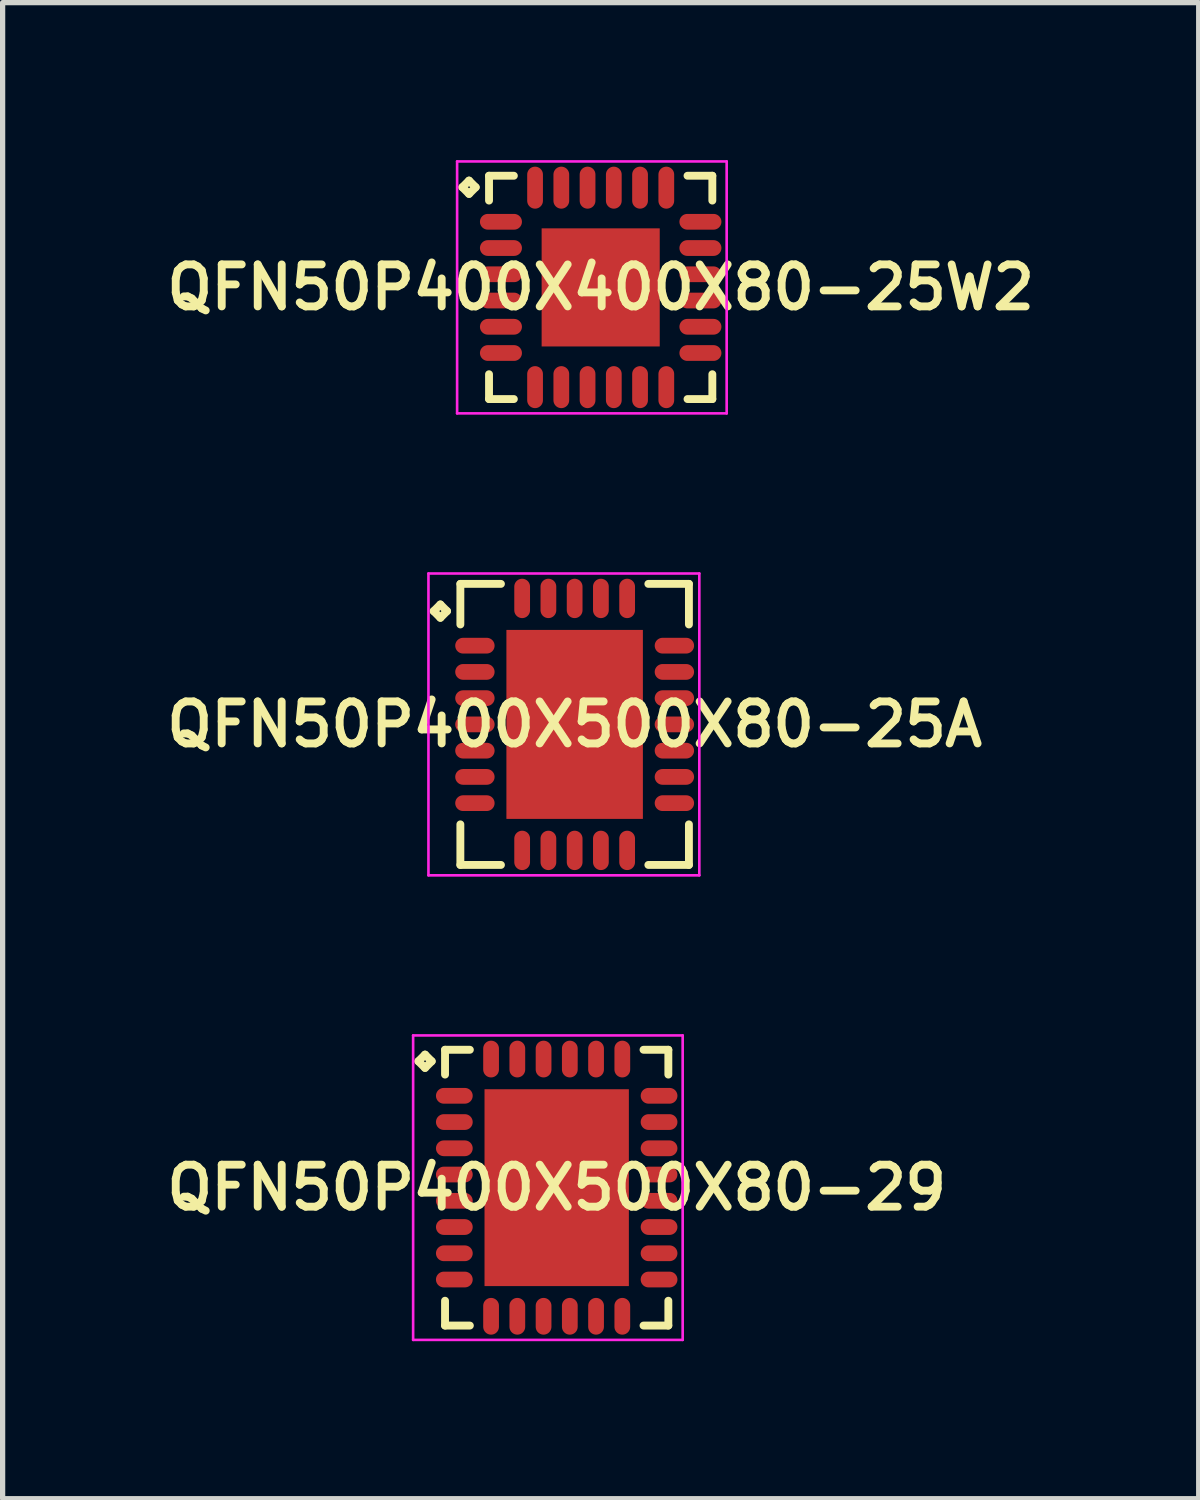
<source format=kicad_pcb>
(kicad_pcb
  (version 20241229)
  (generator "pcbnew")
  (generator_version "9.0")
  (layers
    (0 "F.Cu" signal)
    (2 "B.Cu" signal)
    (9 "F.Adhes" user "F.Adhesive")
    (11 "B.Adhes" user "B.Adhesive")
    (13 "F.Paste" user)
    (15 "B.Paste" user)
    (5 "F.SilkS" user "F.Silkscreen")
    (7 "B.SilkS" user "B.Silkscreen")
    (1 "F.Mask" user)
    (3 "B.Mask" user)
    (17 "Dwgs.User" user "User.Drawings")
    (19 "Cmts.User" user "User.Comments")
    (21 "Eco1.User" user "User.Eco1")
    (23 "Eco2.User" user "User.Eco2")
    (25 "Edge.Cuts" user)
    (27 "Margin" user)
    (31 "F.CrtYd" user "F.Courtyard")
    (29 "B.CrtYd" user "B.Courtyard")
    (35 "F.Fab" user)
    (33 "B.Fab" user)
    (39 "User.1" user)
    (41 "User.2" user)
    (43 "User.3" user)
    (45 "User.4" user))
  (footprint "QFN50P400X500X80-29"
    (layer "F.Cu")
    (at 7.555 19.575)
    (property "Reference" "QFN50P400X500X80-29" (at 0 0 0) (layer "F.SilkS") (effects (font (size 0.8 0.8) (thickness 0.15))))
    (attr smd)
    (fp_line (start -2.635 -2.408) (end -2.508 -2.535) (stroke (width 0.15) (type solid)) (layer "F.SilkS"))
    (fp_line (start -2.508 -2.535) (end -2.381 -2.408) (stroke (width 0.15) (type solid)) (layer "F.SilkS"))
    (fp_line (start -2.508 -2.281) (end -2.635 -2.408) (stroke (width 0.15) (type solid)) (layer "F.SilkS"))
    (fp_line (start -2.381 -2.408) (end -2.508 -2.281) (stroke (width 0.15) (type solid)) (layer "F.SilkS"))
    (fp_line (start -2.127 -2.627) (end -1.654 -2.627) (stroke (width 0.15) (type solid)) (layer "F.SilkS"))
    (fp_line (start -2.127 -2.154) (end -2.127 -2.627) (stroke (width 0.15) (type solid)) (layer "F.SilkS"))
    (fp_line (start -2.127 2.154) (end -2.127 2.627) (stroke (width 0.15) (type solid)) (layer "F.SilkS"))
    (fp_line (start -2.127 2.627) (end -1.654 2.627) (stroke (width 0.15) (type solid)) (layer "F.SilkS"))
    (fp_line (start 1.654 -2.627) (end 2.127 -2.627) (stroke (width 0.15) (type solid)) (layer "F.SilkS"))
    (fp_line (start 1.654 2.627) (end 2.127 2.627) (stroke (width 0.15) (type solid)) (layer "F.SilkS"))
    (fp_line (start 2.127 -2.627) (end 2.127 -2.154) (stroke (width 0.15) (type solid)) (layer "F.SilkS"))
    (fp_line (start 2.127 2.627) (end 2.127 2.154) (stroke (width 0.15) (type solid)) (layer "F.SilkS"))
    (fp_line (start -2.735 -2.9) (end 2.4 -2.9) (stroke (width 0.05) (type solid)) (layer "F.CrtYd"))
    (fp_line (start -2.735 2.9) (end -2.735 -2.9) (stroke (width 0.05) (type solid)) (layer "F.CrtYd"))
    (fp_line (start 2.4 -2.9) (end 2.4 2.9) (stroke (width 0.05) (type solid)) (layer "F.CrtYd"))
    (fp_line (start 2.4 2.9) (end -2.735 2.9) (stroke (width 0.05) (type solid)) (layer "F.CrtYd"))
    (pad "1" smd oval (at -1.95 -1.75) (size 0.7 0.3) (layers "F.Cu" "F.Mask" "F.Paste"))
    (pad "2" smd oval (at -1.95 -1.25) (size 0.7 0.3) (layers "F.Cu" "F.Mask" "F.Paste"))
    (pad "3" smd oval (at -1.95 -0.75) (size 0.7 0.3) (layers "F.Cu" "F.Mask" "F.Paste"))
    (pad "4" smd oval (at -1.95 -0.25) (size 0.7 0.3) (layers "F.Cu" "F.Mask" "F.Paste"))
    (pad "5" smd oval (at -1.95 0.25) (size 0.7 0.3) (layers "F.Cu" "F.Mask" "F.Paste"))
    (pad "6" smd oval (at -1.95 0.75) (size 0.7 0.3) (layers "F.Cu" "F.Mask" "F.Paste"))
    (pad "7" smd oval (at -1.95 1.25) (size 0.7 0.3) (layers "F.Cu" "F.Mask" "F.Paste"))
    (pad "8" smd oval (at -1.95 1.75) (size 0.7 0.3) (layers "F.Cu" "F.Mask" "F.Paste"))
    (pad "9" smd oval (at -1.25 2.45) (size 0.3 0.7) (layers "F.Cu" "F.Mask" "F.Paste"))
    (pad "10" smd oval (at -0.75 2.45) (size 0.3 0.7) (layers "F.Cu" "F.Mask" "F.Paste"))
    (pad "11" smd oval (at -0.25 2.45) (size 0.3 0.7) (layers "F.Cu" "F.Mask" "F.Paste"))
    (pad "12" smd oval (at 0.25 2.45) (size 0.3 0.7) (layers "F.Cu" "F.Mask" "F.Paste"))
    (pad "13" smd oval (at 0.75 2.45) (size 0.3 0.7) (layers "F.Cu" "F.Mask" "F.Paste"))
    (pad "14" smd oval (at 1.25 2.45) (size 0.3 0.7) (layers "F.Cu" "F.Mask" "F.Paste"))
    (pad "15" smd oval (at 1.95 1.75) (size 0.7 0.3) (layers "F.Cu" "F.Mask" "F.Paste"))
    (pad "16" smd oval (at 1.95 1.25) (size 0.7 0.3) (layers "F.Cu" "F.Mask" "F.Paste"))
    (pad "17" smd oval (at 1.95 0.75) (size 0.7 0.3) (layers "F.Cu" "F.Mask" "F.Paste"))
    (pad "18" smd oval (at 1.95 0.25) (size 0.7 0.3) (layers "F.Cu" "F.Mask" "F.Paste"))
    (pad "19" smd oval (at 1.95 -0.25) (size 0.7 0.3) (layers "F.Cu" "F.Mask" "F.Paste"))
    (pad "20" smd oval (at 1.95 -0.75) (size 0.7 0.3) (layers "F.Cu" "F.Mask" "F.Paste"))
    (pad "21" smd oval (at 1.95 -1.25) (size 0.7 0.3) (layers "F.Cu" "F.Mask" "F.Paste"))
    (pad "22" smd oval (at 1.95 -1.75) (size 0.7 0.3) (layers "F.Cu" "F.Mask" "F.Paste"))
    (pad "23" smd oval (at 1.25 -2.45) (size 0.3 0.7) (layers "F.Cu" "F.Mask" "F.Paste"))
    (pad "24" smd oval (at 0.75 -2.45) (size 0.3 0.7) (layers "F.Cu" "F.Mask" "F.Paste"))
    (pad "25" smd oval (at 0.25 -2.45) (size 0.3 0.7) (layers "F.Cu" "F.Mask" "F.Paste"))
    (pad "26" smd oval (at -0.25 -2.45) (size 0.3 0.7) (layers "F.Cu" "F.Mask" "F.Paste"))
    (pad "27" smd oval (at -0.75 -2.45) (size 0.3 0.7) (layers "F.Cu" "F.Mask" "F.Paste"))
    (pad "28" smd oval (at -1.25 -2.45) (size 0.3 0.7) (layers "F.Cu" "F.Mask" "F.Paste"))
    (pad "29" smd rect (at 0 0) (size 2.75 3.75) (layers "F.Cu" "F.Mask" "F.Paste")))
  (footprint "QFN50P400X400X80-25W2"
    (layer "F.Cu")
    (at 8.393 2.425)
    (property "Reference" "QFN50P400X400X80-25W2" (at 0 0 0) (layer "F.SilkS") (effects (font (size 0.8 0.8) (thickness 0.15))))
    (attr smd)
    (fp_line (start -2.635 -1.908) (end -2.508 -2.035) (stroke (width 0.15) (type solid)) (layer "F.SilkS"))
    (fp_line (start -2.508 -2.035) (end -2.381 -1.908) (stroke (width 0.15) (type solid)) (layer "F.SilkS"))
    (fp_line (start -2.508 -1.781) (end -2.635 -1.908) (stroke (width 0.15) (type solid)) (layer "F.SilkS"))
    (fp_line (start -2.381 -1.908) (end -2.508 -1.781) (stroke (width 0.15) (type solid)) (layer "F.SilkS"))
    (fp_line (start -2.127 -2.127) (end -1.654 -2.127) (stroke (width 0.15) (type solid)) (layer "F.SilkS"))
    (fp_line (start -2.127 -1.654) (end -2.127 -2.127) (stroke (width 0.15) (type solid)) (layer "F.SilkS"))
    (fp_line (start -2.127 1.654) (end -2.127 2.127) (stroke (width 0.15) (type solid)) (layer "F.SilkS"))
    (fp_line (start -2.127 2.127) (end -1.654 2.127) (stroke (width 0.15) (type solid)) (layer "F.SilkS"))
    (fp_line (start 1.654 -2.127) (end 2.127 -2.127) (stroke (width 0.15) (type solid)) (layer "F.SilkS"))
    (fp_line (start 1.654 2.127) (end 2.127 2.127) (stroke (width 0.15) (type solid)) (layer "F.SilkS"))
    (fp_line (start 2.127 -2.127) (end 2.127 -1.654) (stroke (width 0.15) (type solid)) (layer "F.SilkS"))
    (fp_line (start 2.127 2.127) (end 2.127 1.654) (stroke (width 0.15) (type solid)) (layer "F.SilkS"))
    (fp_line (start -2.735 -2.4) (end 2.4 -2.4) (stroke (width 0.05) (type solid)) (layer "F.CrtYd"))
    (fp_line (start -2.735 2.4) (end -2.735 -2.4) (stroke (width 0.05) (type solid)) (layer "F.CrtYd"))
    (fp_line (start 2.4 -2.4) (end 2.4 2.4) (stroke (width 0.05) (type solid)) (layer "F.CrtYd"))
    (fp_line (start 2.4 2.4) (end -2.735 2.4) (stroke (width 0.05) (type solid)) (layer "F.CrtYd"))
    (pad "1" smd oval (at -1.9 -1.25) (size 0.8 0.3) (layers "F.Cu" "F.Mask" "F.Paste"))
    (pad "2" smd oval (at -1.9 -0.75) (size 0.8 0.3) (layers "F.Cu" "F.Mask" "F.Paste"))
    (pad "3" smd oval (at -1.9 -0.25) (size 0.8 0.3) (layers "F.Cu" "F.Mask" "F.Paste"))
    (pad "4" smd oval (at -1.9 0.25) (size 0.8 0.3) (layers "F.Cu" "F.Mask" "F.Paste"))
    (pad "5" smd oval (at -1.9 0.75) (size 0.8 0.3) (layers "F.Cu" "F.Mask" "F.Paste"))
    (pad "6" smd oval (at -1.9 1.25) (size 0.8 0.3) (layers "F.Cu" "F.Mask" "F.Paste"))
    (pad "7" smd oval (at -1.25 1.9) (size 0.3 0.8) (layers "F.Cu" "F.Mask" "F.Paste"))
    (pad "8" smd oval (at -0.75 1.9) (size 0.3 0.8) (layers "F.Cu" "F.Mask" "F.Paste"))
    (pad "9" smd oval (at -0.25 1.9) (size 0.3 0.8) (layers "F.Cu" "F.Mask" "F.Paste"))
    (pad "10" smd oval (at 0.25 1.9) (size 0.3 0.8) (layers "F.Cu" "F.Mask" "F.Paste"))
    (pad "11" smd oval (at 0.75 1.9) (size 0.3 0.8) (layers "F.Cu" "F.Mask" "F.Paste"))
    (pad "12" smd oval (at 1.25 1.9) (size 0.3 0.8) (layers "F.Cu" "F.Mask" "F.Paste"))
    (pad "13" smd oval (at 1.9 1.25) (size 0.8 0.3) (layers "F.Cu" "F.Mask" "F.Paste"))
    (pad "14" smd oval (at 1.9 0.75) (size 0.8 0.3) (layers "F.Cu" "F.Mask" "F.Paste"))
    (pad "15" smd oval (at 1.9 0.25) (size 0.8 0.3) (layers "F.Cu" "F.Mask" "F.Paste"))
    (pad "16" smd oval (at 1.9 -0.25) (size 0.8 0.3) (layers "F.Cu" "F.Mask" "F.Paste"))
    (pad "17" smd oval (at 1.9 -0.75) (size 0.8 0.3) (layers "F.Cu" "F.Mask" "F.Paste"))
    (pad "18" smd oval (at 1.9 -1.25) (size 0.8 0.3) (layers "F.Cu" "F.Mask" "F.Paste"))
    (pad "19" smd oval (at 1.25 -1.9) (size 0.3 0.8) (layers "F.Cu" "F.Mask" "F.Paste"))
    (pad "20" smd oval (at 0.75 -1.9) (size 0.3 0.8) (layers "F.Cu" "F.Mask" "F.Paste"))
    (pad "21" smd oval (at 0.25 -1.9) (size 0.3 0.8) (layers "F.Cu" "F.Mask" "F.Paste"))
    (pad "22" smd oval (at -0.25 -1.9) (size 0.3 0.8) (layers "F.Cu" "F.Mask" "F.Paste"))
    (pad "23" smd oval (at -0.75 -1.9) (size 0.3 0.8) (layers "F.Cu" "F.Mask" "F.Paste"))
    (pad "24" smd oval (at -1.25 -1.9) (size 0.3 0.8) (layers "F.Cu" "F.Mask" "F.Paste"))
    (pad "25" smd rect (at 0 0) (size 2.25 2.25) (layers "F.Cu" "F.Mask" "F.Paste")))
  (footprint "QFN50P400X500X80-25A"
    (layer "F.Cu")
    (at 7.897 10.75)
    (property "Reference" "QFN50P400X500X80-25A" (at 0 0 0) (layer "F.SilkS") (effects (font (size 0.8 0.8) (thickness 0.15))))
    (attr smd)
    (fp_line (start -2.685 -2.158) (end -2.558 -2.285) (stroke (width 0.15) (type solid)) (layer "F.SilkS"))
    (fp_line (start -2.558 -2.285) (end -2.431 -2.158) (stroke (width 0.15) (type solid)) (layer "F.SilkS"))
    (fp_line (start -2.558 -2.031) (end -2.685 -2.158) (stroke (width 0.15) (type solid)) (layer "F.SilkS"))
    (fp_line (start -2.431 -2.158) (end -2.558 -2.031) (stroke (width 0.15) (type solid)) (layer "F.SilkS"))
    (fp_line (start -2.177 -2.677) (end -1.404 -2.677) (stroke (width 0.15) (type solid)) (layer "F.SilkS"))
    (fp_line (start -2.177 -1.904) (end -2.177 -2.677) (stroke (width 0.15) (type solid)) (layer "F.SilkS"))
    (fp_line (start -2.177 1.904) (end -2.177 2.677) (stroke (width 0.15) (type solid)) (layer "F.SilkS"))
    (fp_line (start -2.177 2.677) (end -1.404 2.677) (stroke (width 0.15) (type solid)) (layer "F.SilkS"))
    (fp_line (start 1.404 -2.677) (end 2.177 -2.677) (stroke (width 0.15) (type solid)) (layer "F.SilkS"))
    (fp_line (start 1.404 2.677) (end 2.177 2.677) (stroke (width 0.15) (type solid)) (layer "F.SilkS"))
    (fp_line (start 2.177 -2.677) (end 2.177 -1.904) (stroke (width 0.15) (type solid)) (layer "F.SilkS"))
    (fp_line (start 2.177 2.677) (end 2.177 1.904) (stroke (width 0.15) (type solid)) (layer "F.SilkS"))
    (fp_line (start -2.785 -2.875) (end 2.375 -2.875) (stroke (width 0.05) (type solid)) (layer "F.CrtYd"))
    (fp_line (start -2.785 2.875) (end -2.785 -2.875) (stroke (width 0.05) (type solid)) (layer "F.CrtYd"))
    (fp_line (start 2.375 -2.875) (end 2.375 2.875) (stroke (width 0.05) (type solid)) (layer "F.CrtYd"))
    (fp_line (start 2.375 2.875) (end -2.785 2.875) (stroke (width 0.05) (type solid)) (layer "F.CrtYd"))
    (pad "1" smd oval (at -1.9 -1.5) (size 0.75 0.3) (layers "F.Cu" "F.Mask" "F.Paste"))
    (pad "2" smd oval (at -1.9 -1) (size 0.75 0.3) (layers "F.Cu" "F.Mask" "F.Paste"))
    (pad "3" smd oval (at -1.9 -0.5) (size 0.75 0.3) (layers "F.Cu" "F.Mask" "F.Paste"))
    (pad "4" smd oval (at -1.9 0) (size 0.75 0.3) (layers "F.Cu" "F.Mask" "F.Paste"))
    (pad "5" smd oval (at -1.9 0.5) (size 0.75 0.3) (layers "F.Cu" "F.Mask" "F.Paste"))
    (pad "6" smd oval (at -1.9 1) (size 0.75 0.3) (layers "F.Cu" "F.Mask" "F.Paste"))
    (pad "7" smd oval (at -1.9 1.5) (size 0.75 0.3) (layers "F.Cu" "F.Mask" "F.Paste"))
    (pad "8" smd oval (at -1 2.4) (size 0.3 0.75) (layers "F.Cu" "F.Mask" "F.Paste"))
    (pad "9" smd oval (at -0.5 2.4) (size 0.3 0.75) (layers "F.Cu" "F.Mask" "F.Paste"))
    (pad "10" smd oval (at 0 2.4) (size 0.3 0.75) (layers "F.Cu" "F.Mask" "F.Paste"))
    (pad "11" smd oval (at 0.5 2.4) (size 0.3 0.75) (layers "F.Cu" "F.Mask" "F.Paste"))
    (pad "12" smd oval (at 1 2.4) (size 0.3 0.75) (layers "F.Cu" "F.Mask" "F.Paste"))
    (pad "13" smd oval (at 1.9 1.5) (size 0.75 0.3) (layers "F.Cu" "F.Mask" "F.Paste"))
    (pad "14" smd oval (at 1.9 1) (size 0.75 0.3) (layers "F.Cu" "F.Mask" "F.Paste"))
    (pad "15" smd oval (at 1.9 0.5) (size 0.75 0.3) (layers "F.Cu" "F.Mask" "F.Paste"))
    (pad "16" smd oval (at 1.9 0) (size 0.75 0.3) (layers "F.Cu" "F.Mask" "F.Paste"))
    (pad "17" smd oval (at 1.9 -0.5) (size 0.75 0.3) (layers "F.Cu" "F.Mask" "F.Paste"))
    (pad "18" smd oval (at 1.9 -1) (size 0.75 0.3) (layers "F.Cu" "F.Mask" "F.Paste"))
    (pad "19" smd oval (at 1.9 -1.5) (size 0.75 0.3) (layers "F.Cu" "F.Mask" "F.Paste"))
    (pad "20" smd oval (at 1 -2.4) (size 0.3 0.75) (layers "F.Cu" "F.Mask" "F.Paste"))
    (pad "21" smd oval (at 0.5 -2.4) (size 0.3 0.75) (layers "F.Cu" "F.Mask" "F.Paste"))
    (pad "22" smd oval (at 0 -2.4) (size 0.3 0.75) (layers "F.Cu" "F.Mask" "F.Paste"))
    (pad "23" smd oval (at -0.5 -2.4) (size 0.3 0.75) (layers "F.Cu" "F.Mask" "F.Paste"))
    (pad "24" smd oval (at -1 -2.4) (size 0.3 0.75) (layers "F.Cu" "F.Mask" "F.Paste"))
    (pad "25" smd rect (at 0 0) (size 2.6 3.6) (layers "F.Cu" "F.Mask" "F.Paste")))
  (gr_rect
    (start -3 -3)
    (end 19.785 25.5)
    (stroke (width 0.1) (type default))
    (fill no)
    (layer "Edge.Cuts")))
</source>
